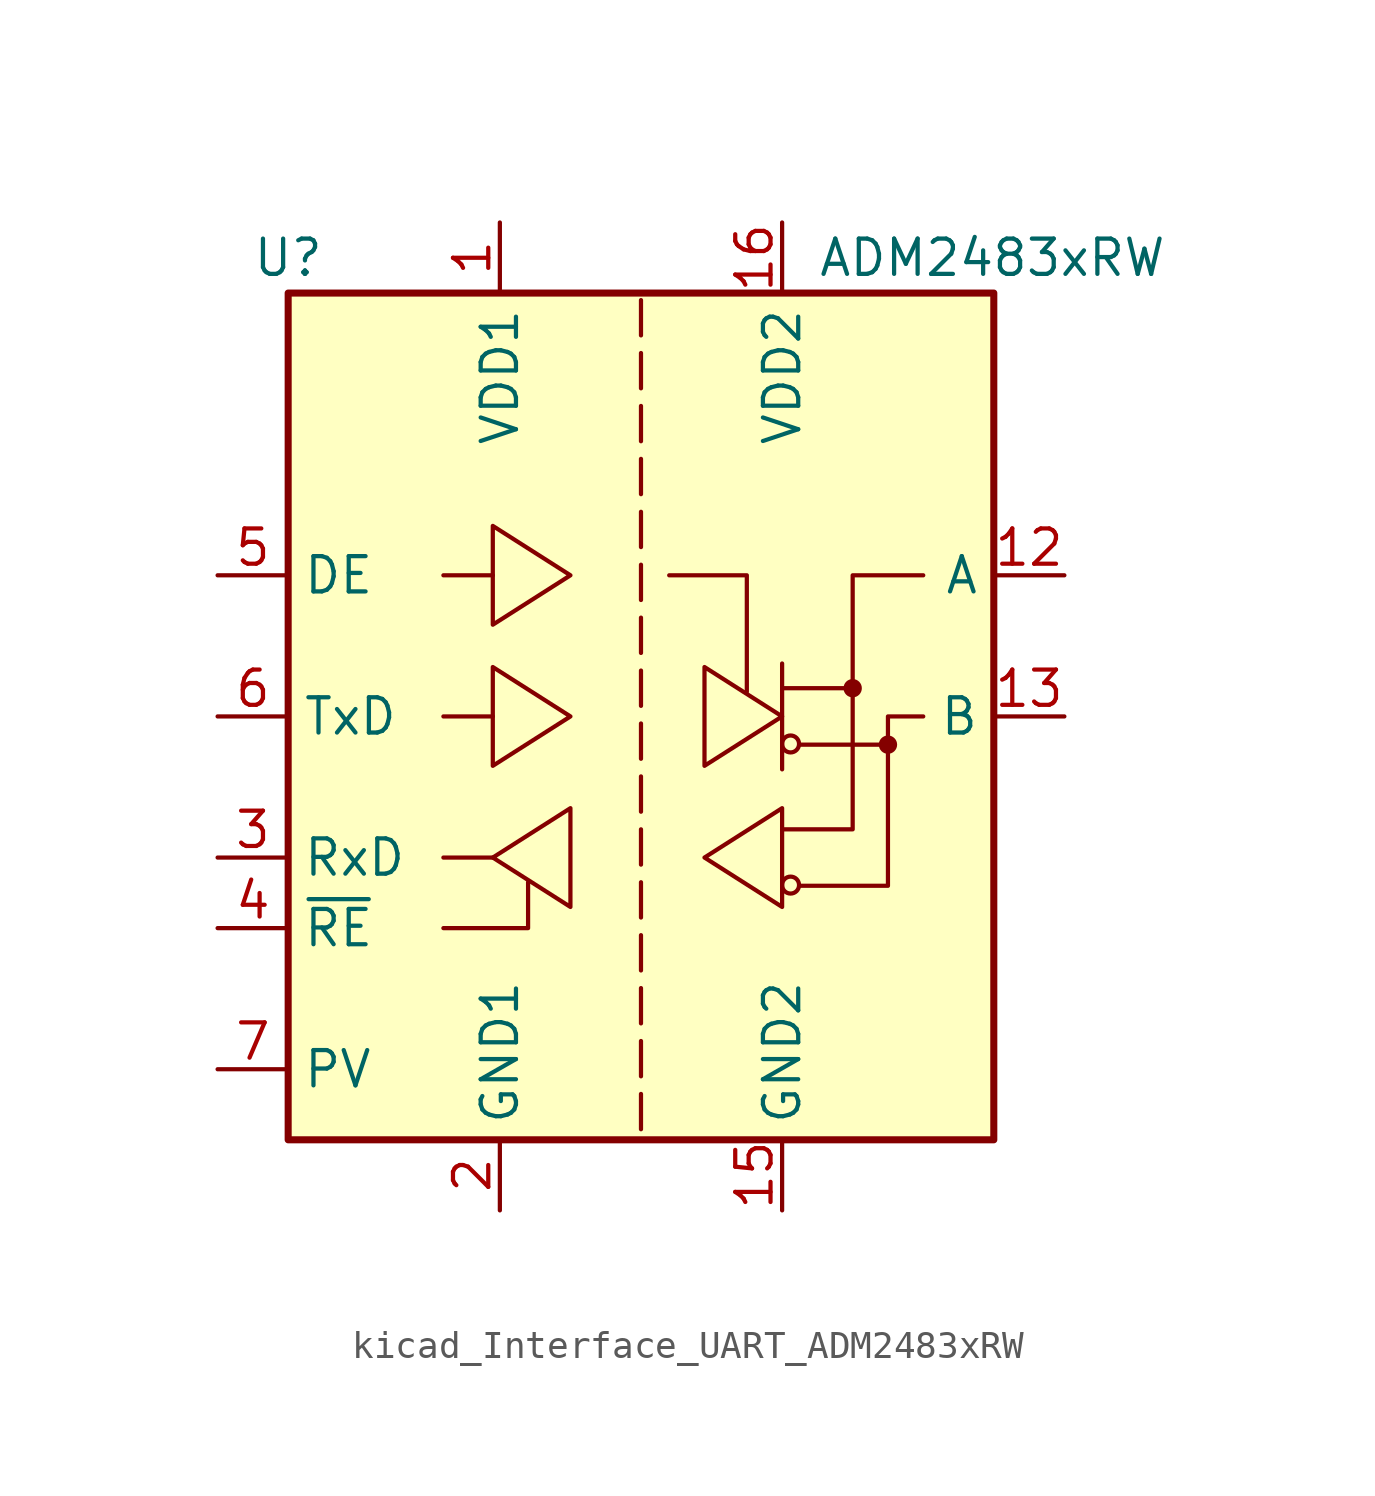
<source format=kicad_sym>
(kicad_symbol_lib
  (version 20220914)
  (generator kicad_symbol_editor)
  (symbol "kicad_Interface_UART_ADM2483xRW"
    (property "Reference" "U"
      (at -12.7 16.51 0)
      (effects (font (size 1.27 1.27))))
    (property "Value" "ADM2483xRW"
      (at 6.35 16.51 0)
      (effects (font (size 1.27 1.27)) (justify left)))
    (symbol "kicad_Interface_UART_ADM2483xRW_0_0"
      (polyline (pts (xy 0 -13.589) (xy 0 -14.859)) (stroke (width 0) (type default)) (fill (type none)))
      (polyline (pts (xy 0 -11.684) (xy 0 -12.954)) (stroke (width 0) (type default)) (fill (type none)))
      (polyline (pts (xy 0 -9.779) (xy 0 -11.049)) (stroke (width 0) (type default)) (fill (type none)))
      (polyline (pts (xy 0 -7.874) (xy 0 -9.144)) (stroke (width 0) (type default)) (fill (type none)))
      (polyline (pts (xy 0 -5.969) (xy 0 -7.239)) (stroke (width 0) (type default)) (fill (type none)))
      (polyline (pts (xy 0 -4.064) (xy 0 -5.334)) (stroke (width 0) (type default)) (fill (type none)))
      (polyline (pts (xy 0 -2.159) (xy 0 -3.429)) (stroke (width 0) (type default)) (fill (type none)))
      (polyline (pts (xy 0 -0.254) (xy 0 -1.524)) (stroke (width 0) (type default)) (fill (type none)))
      (polyline (pts (xy 0 1.651) (xy 0 0.381)) (stroke (width 0) (type default)) (fill (type none)))
      (polyline (pts (xy 0 3.556) (xy 0 2.286)) (stroke (width 0) (type default)) (fill (type none)))
      (polyline (pts (xy 0 5.461) (xy 0 4.191)) (stroke (width 0) (type default)) (fill (type none)))
      (polyline (pts (xy 0 7.366) (xy 0 6.096)) (stroke (width 0) (type default)) (fill (type none)))
      (polyline (pts (xy 0 9.271) (xy 0 8.001)) (stroke (width 0) (type default)) (fill (type none)))
      (polyline (pts (xy 0 11.176) (xy 0 9.906)) (stroke (width 0) (type default)) (fill (type none)))
      (polyline (pts (xy 0 13.081) (xy 0 11.811)) (stroke (width 0) (type default)) (fill (type none)))
      (polyline (pts (xy 0 14.986) (xy 0 13.716)) (stroke (width 0) (type default)) (fill (type none))))
    (symbol "kicad_Interface_UART_ADM2483xRW_0_1"
      (rectangle (start -12.7 15.24) (end 12.7 -15.24) (stroke (width 0.254) (type default)) (fill (type background)))
      (polyline (pts (xy -5.334 -5.08) (xy -7.112 -5.08)) (stroke (width 0) (type default)) (fill (type none)))
      (polyline (pts (xy -5.334 0) (xy -7.112 0)) (stroke (width 0) (type default)) (fill (type none)))
      (polyline (pts (xy -5.334 5.08) (xy -7.112 5.08)) (stroke (width 0) (type default)) (fill (type none)))
      (polyline (pts (xy 5.08 1.016) (xy 7.62 1.016)) (stroke (width 0) (type default)) (fill (type none)))
      (polyline (pts (xy 5.08 1.905) (xy 5.08 -1.905)) (stroke (width 0) (type default)) (fill (type none)))
      (polyline (pts (xy 5.715 -1.016) (xy 8.89 -1.016)) (stroke (width 0) (type default)) (fill (type none)))
      (polyline (pts (xy -7.112 -7.62) (xy -4.064 -7.62) (xy -4.064 -5.969)) (stroke (width 0) (type default)) (fill (type none)))
      (polyline (pts (xy 1.016 5.08) (xy 3.81 5.08) (xy 3.81 0.889)) (stroke (width 0) (type default)) (fill (type none)))
      (polyline (pts (xy -5.334 -5.08) (xy -2.54 -3.302) (xy -2.54 -6.858) (xy -5.334 -5.08)) (stroke (width 0) (type default)) (fill (type none)))
      (polyline (pts (xy -2.54 0) (xy -5.334 1.778) (xy -5.334 -1.778) (xy -2.54 0)) (stroke (width 0) (type default)) (fill (type none)))
      (polyline (pts (xy -2.54 5.08) (xy -5.334 6.858) (xy -5.334 3.302) (xy -2.54 5.08)) (stroke (width 0) (type default)) (fill (type none)))
      (polyline (pts (xy 2.286 -5.08) (xy 5.08 -3.302) (xy 5.08 -6.858) (xy 2.286 -5.08)) (stroke (width 0) (type default)) (fill (type none)))
      (polyline (pts (xy 5.08 -4.064) (xy 7.62 -4.064) (xy 7.62 5.08) (xy 10.16 5.08)) (stroke (width 0) (type default)) (fill (type none)))
      (polyline (pts (xy 5.08 0) (xy 2.286 1.778) (xy 2.286 -1.778) (xy 5.08 0)) (stroke (width 0) (type default)) (fill (type none)))
      (polyline (pts (xy 5.715 -6.096) (xy 8.89 -6.096) (xy 8.89 0) (xy 10.16 0)) (stroke (width 0) (type default)) (fill (type none)))
      (circle (center 5.385 -6.071) (radius 0.305) (stroke (width 0) (type default)) (fill (type none)))
      (circle (center 5.385 -0.991) (radius 0.305) (stroke (width 0) (type default)) (fill (type none)))
      (circle (center 7.62 1.016) (radius 0.254) (stroke (width 0) (type default)) (fill (type outline)))
      (circle (center 8.89 -1.016) (radius 0.254) (stroke (width 0) (type default)) (fill (type outline))))
    (symbol "kicad_Interface_UART_ADM2483xRW_1_1"
      (pin power_in line (at -5.08 17.78 270) (length 2.54) (name "VDD1" (effects (font (size 1.27 1.27)))) (number "1" (effects (font (size 1.27 1.27)))))
      (pin no_connect line (at 7.62 -15.24 90) (length 2.54) hide (name "NC" (effects (font (size 1.27 1.27)))) (number "10" (effects (font (size 1.27 1.27)))))
      (pin no_connect line (at 12.7 -7.62 180) (length 2.54) hide (name "NC" (effects (font (size 1.27 1.27)))) (number "11" (effects (font (size 1.27 1.27)))))
      (pin bidirectional line (at 15.24 5.08 180) (length 2.54) (name "A" (effects (font (size 1.27 1.27)))) (number "12" (effects (font (size 1.27 1.27)))))
      (pin bidirectional line (at 15.24 0 180) (length 2.54) (name "B" (effects (font (size 1.27 1.27)))) (number "13" (effects (font (size 1.27 1.27)))))
      (pin no_connect line (at 12.7 7.62 180) (length 2.54) hide (name "NC" (effects (font (size 1.27 1.27)))) (number "14" (effects (font (size 1.27 1.27)))))
      (pin power_in line (at 5.08 -17.78 90) (length 2.54) (name "GND2" (effects (font (size 1.27 1.27)))) (number "15" (effects (font (size 1.27 1.27)))))
      (pin power_in line (at 5.08 17.78 270) (length 2.54) (name "VDD2" (effects (font (size 1.27 1.27)))) (number "16" (effects (font (size 1.27 1.27)))))
      (pin power_in line (at -5.08 -17.78 90) (length 2.54) (name "GND1" (effects (font (size 1.27 1.27)))) (number "2" (effects (font (size 1.27 1.27)))))
      (pin output line (at -15.24 -5.08 0) (length 2.54) (name "RxD" (effects (font (size 1.27 1.27)))) (number "3" (effects (font (size 1.27 1.27)))))
      (pin input line (at -15.24 -7.62 0) (length 2.54) (name "~{RE}" (effects (font (size 1.27 1.27)))) (number "4" (effects (font (size 1.27 1.27)))))
      (pin input line (at -15.24 5.08 0) (length 2.54) (name "DE" (effects (font (size 1.27 1.27)))) (number "5" (effects (font (size 1.27 1.27)))))
      (pin input line (at -15.24 0 0) (length 2.54) (name "TxD" (effects (font (size 1.27 1.27)))) (number "6" (effects (font (size 1.27 1.27)))))
      (pin input line (at -15.24 -12.7 0) (length 2.54) (name "PV" (effects (font (size 1.27 1.27)))) (number "7" (effects (font (size 1.27 1.27)))))
      (pin passive line (at -5.08 -17.78 90) (length 2.54) hide (name "GND1" (effects (font (size 1.27 1.27)))) (number "8" (effects (font (size 1.27 1.27)))))
      (pin passive line (at 5.08 -17.78 90) (length 2.54) hide (name "GND2" (effects (font (size 1.27 1.27)))) (number "9" (effects (font (size 1.27 1.27))))))))
</source>
